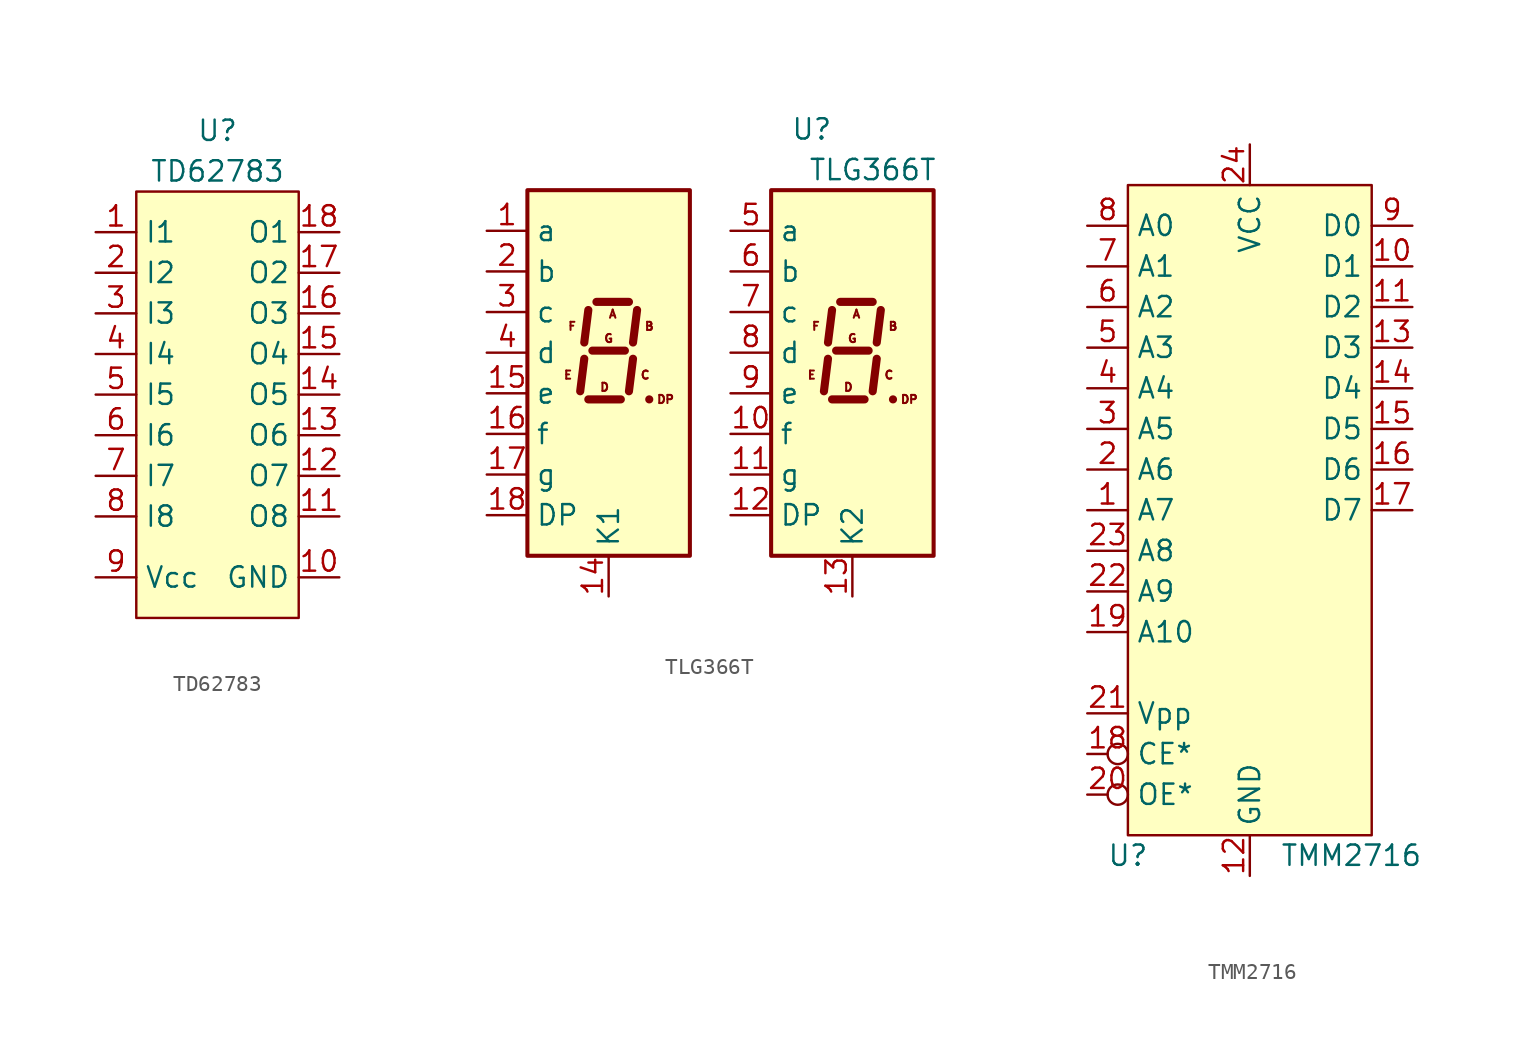
<source format=kicad_sym>
(kicad_symbol_lib
  (version 20211014)
  (generator kicad_symbol_editor)
  (symbol "TD62783"
    (property "Reference" "U"
      (at 0 16.51 0)
      (effects (font (size 1.27 1.27))))
    (property "Value" "TD62783"
      (at 0 13.97 0)
      (effects (font (size 1.27 1.27))))
    (symbol "TD62783_0_1"
      (rectangle (start -5.08 12.7) (end 5.08 -13.97) (stroke (width 0) (type default) (color 0 0 0 0)) (fill (type background))))
    (symbol "TD62783_1_1"
      (pin input line (at -7.62 10.16 0) (length 2.54) (name "I1" (effects (font (size 1.27 1.27)))) (number "1" (effects (font (size 1.27 1.27)))))
      (pin power_in line (at 7.62 -11.43 180) (length 2.54) (name "GND" (effects (font (size 1.27 1.27)))) (number "10" (effects (font (size 1.27 1.27)))))
      (pin output line (at 7.62 -7.62 180) (length 2.54) (name "O8" (effects (font (size 1.27 1.27)))) (number "11" (effects (font (size 1.27 1.27)))))
      (pin output line (at 7.62 -5.08 180) (length 2.54) (name "O7" (effects (font (size 1.27 1.27)))) (number "12" (effects (font (size 1.27 1.27)))))
      (pin output line (at 7.62 -2.54 180) (length 2.54) (name "O6" (effects (font (size 1.27 1.27)))) (number "13" (effects (font (size 1.27 1.27)))))
      (pin output line (at 7.62 0 180) (length 2.54) (name "O5" (effects (font (size 1.27 1.27)))) (number "14" (effects (font (size 1.27 1.27)))))
      (pin output line (at 7.62 2.54 180) (length 2.54) (name "O4" (effects (font (size 1.27 1.27)))) (number "15" (effects (font (size 1.27 1.27)))))
      (pin output line (at 7.62 5.08 180) (length 2.54) (name "O3" (effects (font (size 1.27 1.27)))) (number "16" (effects (font (size 1.27 1.27)))))
      (pin output line (at 7.62 7.62 180) (length 2.54) (name "O2" (effects (font (size 1.27 1.27)))) (number "17" (effects (font (size 1.27 1.27)))))
      (pin output line (at 7.62 10.16 180) (length 2.54) (name "O1" (effects (font (size 1.27 1.27)))) (number "18" (effects (font (size 1.27 1.27)))))
      (pin input line (at -7.62 7.62 0) (length 2.54) (name "I2" (effects (font (size 1.27 1.27)))) (number "2" (effects (font (size 1.27 1.27)))))
      (pin input line (at -7.62 5.08 0) (length 2.54) (name "I3" (effects (font (size 1.27 1.27)))) (number "3" (effects (font (size 1.27 1.27)))))
      (pin input line (at -7.62 2.54 0) (length 2.54) (name "I4" (effects (font (size 1.27 1.27)))) (number "4" (effects (font (size 1.27 1.27)))))
      (pin input line (at -7.62 0 0) (length 2.54) (name "I5" (effects (font (size 1.27 1.27)))) (number "5" (effects (font (size 1.27 1.27)))))
      (pin input line (at -7.62 -2.54 0) (length 2.54) (name "I6" (effects (font (size 1.27 1.27)))) (number "6" (effects (font (size 1.27 1.27)))))
      (pin input line (at -7.62 -5.08 0) (length 2.54) (name "I7" (effects (font (size 1.27 1.27)))) (number "7" (effects (font (size 1.27 1.27)))))
      (pin input line (at -7.62 -7.62 0) (length 2.54) (name "I8" (effects (font (size 1.27 1.27)))) (number "8" (effects (font (size 1.27 1.27)))))
      (pin power_in line (at -7.62 -11.43 0) (length 2.54) (name "Vcc" (effects (font (size 1.27 1.27)))) (number "9" (effects (font (size 1.27 1.27)))))))
  (symbol "TLG366T"
    (property "Reference" "U"
      (at 6.35 7.62 0)
      (effects (font (size 1.27 1.27))))
    (property "Value" "TLG366T"
      (at 10.16 5.08 0)
      (effects (font (size 1.27 1.27))))
    (symbol "TLG366T_1_0"
      (text "A" (at -6.096 -3.937 0) (effects (font (size 0.508 0.508))))
      (text "A" (at 9.144 -3.937 0) (effects (font (size 0.508 0.508))))
      (text "B" (at -3.81 -4.699 0) (effects (font (size 0.508 0.508))))
      (text "B" (at 11.43 -4.699 0) (effects (font (size 0.508 0.508))))
      (text "C" (at -4.064 -7.747 0) (effects (font (size 0.508 0.508))))
      (text "C" (at 11.176 -7.747 0) (effects (font (size 0.508 0.508))))
      (text "D" (at -6.604 -8.509 0) (effects (font (size 0.508 0.508))))
      (text "D" (at 8.636 -8.509 0) (effects (font (size 0.508 0.508))))
      (text "DP" (at -2.794 -9.271 0) (effects (font (size 0.508 0.508))))
      (text "DP" (at 12.446 -9.271 0) (effects (font (size 0.508 0.508))))
      (text "E" (at -8.89 -7.747 0) (effects (font (size 0.508 0.508))))
      (text "E" (at 6.35 -7.747 0) (effects (font (size 0.508 0.508))))
      (text "F" (at -8.636 -4.699 0) (effects (font (size 0.508 0.508))))
      (text "F" (at 6.604 -4.699 0) (effects (font (size 0.508 0.508))))
      (text "G" (at -6.35 -5.461 0) (effects (font (size 0.508 0.508))))
      (text "G" (at 8.89 -5.461 0) (effects (font (size 0.508 0.508)))))
    (symbol "TLG366T_1_1"
      (rectangle (start -11.43 3.81) (end -1.27 -19.05) (stroke (width 0.254) (type default) (color 0 0 0 0)) (fill (type background)))
      (polyline (pts (xy -7.874 -6.731) (xy -8.128 -8.763)) (stroke (width 0.508) (type default) (color 0 0 0 0)) (fill (type none)))
      (polyline (pts (xy -7.62 -9.271) (xy -5.588 -9.271)) (stroke (width 0.508) (type default) (color 0 0 0 0)) (fill (type none)))
      (polyline (pts (xy -7.62 -3.683) (xy -7.874 -5.715)) (stroke (width 0.508) (type default) (color 0 0 0 0)) (fill (type none)))
      (polyline (pts (xy -7.366 -6.223) (xy -5.334 -6.223)) (stroke (width 0.508) (type default) (color 0 0 0 0)) (fill (type none)))
      (polyline (pts (xy -7.112 -3.175) (xy -5.08 -3.175)) (stroke (width 0.508) (type default) (color 0 0 0 0)) (fill (type none)))
      (polyline (pts (xy -4.826 -6.731) (xy -5.08 -8.763)) (stroke (width 0.508) (type default) (color 0 0 0 0)) (fill (type none)))
      (polyline (pts (xy -4.572 -3.683) (xy -4.826 -5.715)) (stroke (width 0.508) (type default) (color 0 0 0 0)) (fill (type none)))
      (polyline (pts (xy -3.81 -9.271) (xy -3.81 -9.271)) (stroke (width 0.508) (type default) (color 0 0 0 0)) (fill (type none)))
      (polyline (pts (xy 7.366 -6.731) (xy 7.112 -8.763)) (stroke (width 0.508) (type default) (color 0 0 0 0)) (fill (type none)))
      (polyline (pts (xy 7.62 -9.271) (xy 9.652 -9.271)) (stroke (width 0.508) (type default) (color 0 0 0 0)) (fill (type none)))
      (polyline (pts (xy 7.62 -3.683) (xy 7.366 -5.715)) (stroke (width 0.508) (type default) (color 0 0 0 0)) (fill (type none)))
      (polyline (pts (xy 7.874 -6.223) (xy 9.906 -6.223)) (stroke (width 0.508) (type default) (color 0 0 0 0)) (fill (type none)))
      (polyline (pts (xy 8.128 -3.175) (xy 10.16 -3.175)) (stroke (width 0.508) (type default) (color 0 0 0 0)) (fill (type none)))
      (polyline (pts (xy 10.414 -6.731) (xy 10.16 -8.763)) (stroke (width 0.508) (type default) (color 0 0 0 0)) (fill (type none)))
      (polyline (pts (xy 10.668 -3.683) (xy 10.414 -5.715)) (stroke (width 0.508) (type default) (color 0 0 0 0)) (fill (type none)))
      (polyline (pts (xy 11.43 -9.271) (xy 11.43 -9.271)) (stroke (width 0.508) (type default) (color 0 0 0 0)) (fill (type none)))
      (rectangle (start 3.81 3.81) (end 13.97 -19.05) (stroke (width 0.254) (type default) (color 0 0 0 0)) (fill (type background)))
      (pin input line (at -13.97 1.27 0) (length 2.54) (name "a" (effects (font (size 1.27 1.27)))) (number "1" (effects (font (size 1.27 1.27)))))
      (pin input line (at 1.27 -11.43 0) (length 2.54) (name "f" (effects (font (size 1.27 1.27)))) (number "10" (effects (font (size 1.27 1.27)))))
      (pin input line (at 1.27 -13.97 0) (length 2.54) (name "g" (effects (font (size 1.27 1.27)))) (number "11" (effects (font (size 1.27 1.27)))))
      (pin input line (at 1.27 -16.51 0) (length 2.54) (name "DP" (effects (font (size 1.27 1.27)))) (number "12" (effects (font (size 1.27 1.27)))))
      (pin input line (at 8.89 -21.59 90) (length 2.54) (name "K2" (effects (font (size 1.27 1.27)))) (number "13" (effects (font (size 1.27 1.27)))))
      (pin input line (at -6.35 -21.59 90) (length 2.54) (name "K1" (effects (font (size 1.27 1.27)))) (number "14" (effects (font (size 1.27 1.27)))))
      (pin input line (at -13.97 -8.89 0) (length 2.54) (name "e" (effects (font (size 1.27 1.27)))) (number "15" (effects (font (size 1.27 1.27)))))
      (pin input line (at -13.97 -11.43 0) (length 2.54) (name "f" (effects (font (size 1.27 1.27)))) (number "16" (effects (font (size 1.27 1.27)))))
      (pin input line (at -13.97 -13.97 0) (length 2.54) (name "g" (effects (font (size 1.27 1.27)))) (number "17" (effects (font (size 1.27 1.27)))))
      (pin input line (at -13.97 -16.51 0) (length 2.54) (name "DP" (effects (font (size 1.27 1.27)))) (number "18" (effects (font (size 1.27 1.27)))))
      (pin input line (at -13.97 -1.27 0) (length 2.54) (name "b" (effects (font (size 1.27 1.27)))) (number "2" (effects (font (size 1.27 1.27)))))
      (pin input line (at -13.97 -3.81 0) (length 2.54) (name "c" (effects (font (size 1.27 1.27)))) (number "3" (effects (font (size 1.27 1.27)))))
      (pin input line (at -13.97 -6.35 0) (length 2.54) (name "d" (effects (font (size 1.27 1.27)))) (number "4" (effects (font (size 1.27 1.27)))))
      (pin input line (at 1.27 1.27 0) (length 2.54) (name "a" (effects (font (size 1.27 1.27)))) (number "5" (effects (font (size 1.27 1.27)))))
      (pin input line (at 1.27 -1.27 0) (length 2.54) (name "b" (effects (font (size 1.27 1.27)))) (number "6" (effects (font (size 1.27 1.27)))))
      (pin input line (at 1.27 -3.81 0) (length 2.54) (name "c" (effects (font (size 1.27 1.27)))) (number "7" (effects (font (size 1.27 1.27)))))
      (pin input line (at 1.27 -6.35 0) (length 2.54) (name "d" (effects (font (size 1.27 1.27)))) (number "8" (effects (font (size 1.27 1.27)))))
      (pin input line (at 1.27 -8.89 0) (length 2.54) (name "e" (effects (font (size 1.27 1.27)))) (number "9" (effects (font (size 1.27 1.27)))))))
  (symbol "TMM2716"
    (property "Reference" "U"
      (at -7.62 -19.05 0)
      (effects (font (size 1.27 1.27))))
    (property "Value" "TMM2716"
      (at 6.35 -19.05 0)
      (effects (font (size 1.27 1.27))))
    (symbol "TMM2716_0_1"
      (rectangle (start -7.62 22.86) (end 7.62 -17.78) (stroke (width 0) (type default) (color 0 0 0 0)) (fill (type background))))
    (symbol "TMM2716_1_1"
      (pin input line (at -10.16 2.54 0) (length 2.54) (name "A7" (effects (font (size 1.27 1.27)))) (number "1" (effects (font (size 1.27 1.27)))))
      (pin input line (at 10.16 17.78 180) (length 2.54) (name "D1" (effects (font (size 1.27 1.27)))) (number "10" (effects (font (size 1.27 1.27)))))
      (pin input line (at 10.16 15.24 180) (length 2.54) (name "D2" (effects (font (size 1.27 1.27)))) (number "11" (effects (font (size 1.27 1.27)))))
      (pin power_in line (at 0 -20.32 90) (length 2.54) (name "GND" (effects (font (size 1.27 1.27)))) (number "12" (effects (font (size 1.27 1.27)))))
      (pin input line (at 10.16 12.7 180) (length 2.54) (name "D3" (effects (font (size 1.27 1.27)))) (number "13" (effects (font (size 1.27 1.27)))))
      (pin input line (at 10.16 10.16 180) (length 2.54) (name "D4" (effects (font (size 1.27 1.27)))) (number "14" (effects (font (size 1.27 1.27)))))
      (pin input line (at 10.16 7.62 180) (length 2.54) (name "D5" (effects (font (size 1.27 1.27)))) (number "15" (effects (font (size 1.27 1.27)))))
      (pin input line (at 10.16 5.08 180) (length 2.54) (name "D6" (effects (font (size 1.27 1.27)))) (number "16" (effects (font (size 1.27 1.27)))))
      (pin input line (at 10.16 2.54 180) (length 2.54) (name "D7" (effects (font (size 1.27 1.27)))) (number "17" (effects (font (size 1.27 1.27)))))
      (pin input inverted (at -10.16 -12.7 0) (length 2.54) (name "CE*" (effects (font (size 1.27 1.27)))) (number "18" (effects (font (size 1.27 1.27)))))
      (pin input line (at -10.16 -5.08 0) (length 2.54) (name "A10" (effects (font (size 1.27 1.27)))) (number "19" (effects (font (size 1.27 1.27)))))
      (pin input line (at -10.16 5.08 0) (length 2.54) (name "A6" (effects (font (size 1.27 1.27)))) (number "2" (effects (font (size 1.27 1.27)))))
      (pin input inverted (at -10.16 -15.24 0) (length 2.54) (name "OE*" (effects (font (size 1.27 1.27)))) (number "20" (effects (font (size 1.27 1.27)))))
      (pin power_in line (at -10.16 -10.16 0) (length 2.54) (name "Vpp" (effects (font (size 1.27 1.27)))) (number "21" (effects (font (size 1.27 1.27)))))
      (pin input line (at -10.16 -2.54 0) (length 2.54) (name "A9" (effects (font (size 1.27 1.27)))) (number "22" (effects (font (size 1.27 1.27)))))
      (pin input line (at -10.16 0 0) (length 2.54) (name "A8" (effects (font (size 1.27 1.27)))) (number "23" (effects (font (size 1.27 1.27)))))
      (pin power_in line (at 0 25.4 270) (length 2.54) (name "VCC" (effects (font (size 1.27 1.27)))) (number "24" (effects (font (size 1.27 1.27)))))
      (pin input line (at -10.16 7.62 0) (length 2.54) (name "A5" (effects (font (size 1.27 1.27)))) (number "3" (effects (font (size 1.27 1.27)))))
      (pin input line (at -10.16 10.16 0) (length 2.54) (name "A4" (effects (font (size 1.27 1.27)))) (number "4" (effects (font (size 1.27 1.27)))))
      (pin input line (at -10.16 12.7 0) (length 2.54) (name "A3" (effects (font (size 1.27 1.27)))) (number "5" (effects (font (size 1.27 1.27)))))
      (pin input line (at -10.16 15.24 0) (length 2.54) (name "A2" (effects (font (size 1.27 1.27)))) (number "6" (effects (font (size 1.27 1.27)))))
      (pin input line (at -10.16 17.78 0) (length 2.54) (name "A1" (effects (font (size 1.27 1.27)))) (number "7" (effects (font (size 1.27 1.27)))))
      (pin input line (at -10.16 20.32 0) (length 2.54) (name "A0" (effects (font (size 1.27 1.27)))) (number "8" (effects (font (size 1.27 1.27)))))
      (pin input line (at 10.16 20.32 180) (length 2.54) (name "D0" (effects (font (size 1.27 1.27)))) (number "9" (effects (font (size 1.27 1.27))))))))
</source>
